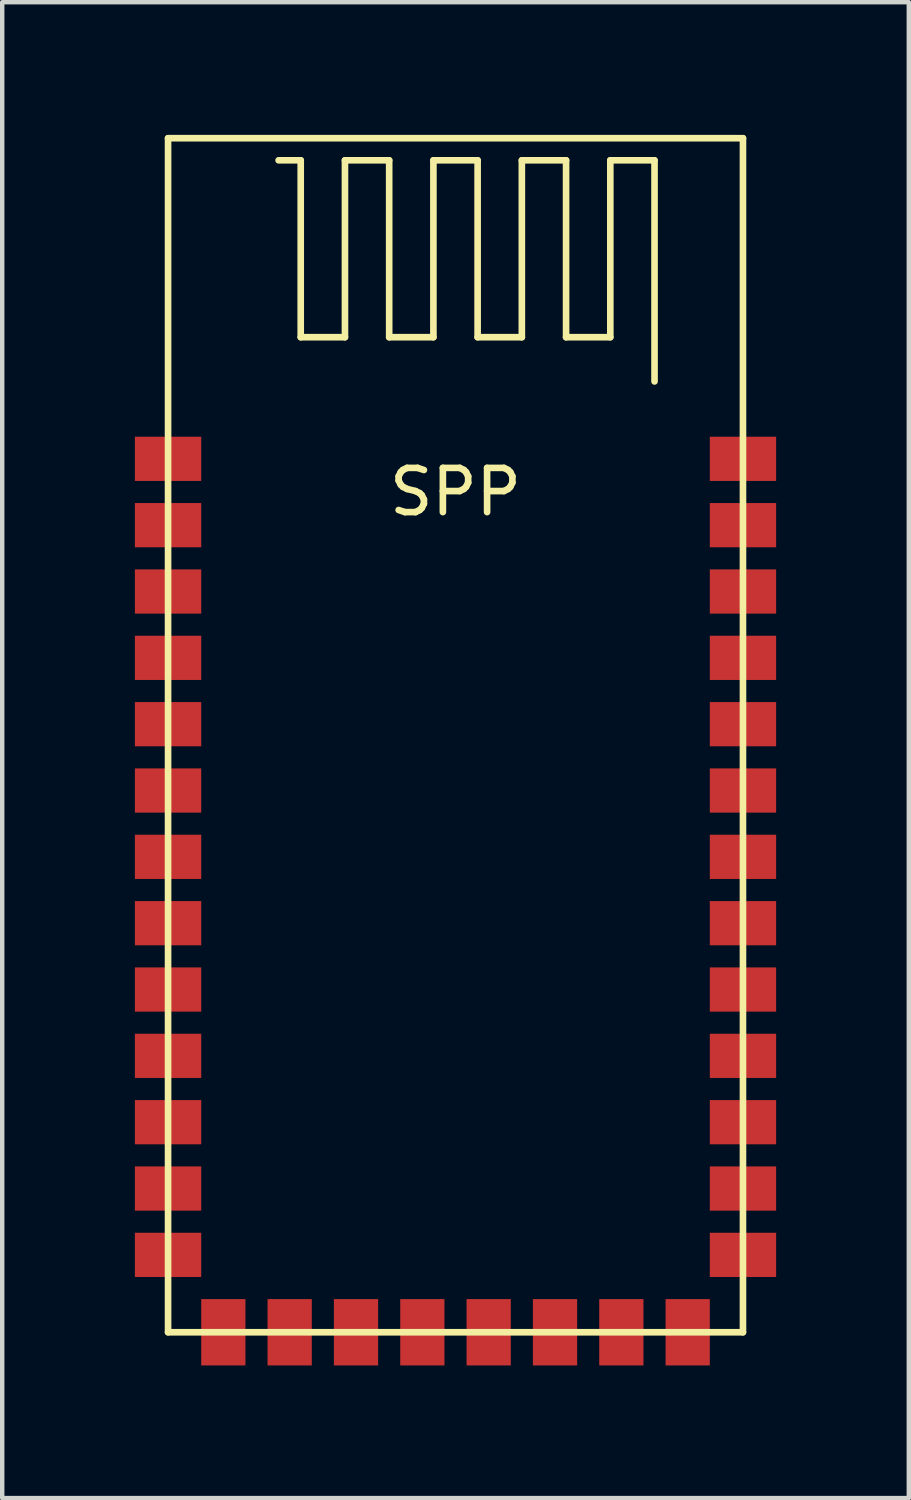
<source format=kicad_pcb>
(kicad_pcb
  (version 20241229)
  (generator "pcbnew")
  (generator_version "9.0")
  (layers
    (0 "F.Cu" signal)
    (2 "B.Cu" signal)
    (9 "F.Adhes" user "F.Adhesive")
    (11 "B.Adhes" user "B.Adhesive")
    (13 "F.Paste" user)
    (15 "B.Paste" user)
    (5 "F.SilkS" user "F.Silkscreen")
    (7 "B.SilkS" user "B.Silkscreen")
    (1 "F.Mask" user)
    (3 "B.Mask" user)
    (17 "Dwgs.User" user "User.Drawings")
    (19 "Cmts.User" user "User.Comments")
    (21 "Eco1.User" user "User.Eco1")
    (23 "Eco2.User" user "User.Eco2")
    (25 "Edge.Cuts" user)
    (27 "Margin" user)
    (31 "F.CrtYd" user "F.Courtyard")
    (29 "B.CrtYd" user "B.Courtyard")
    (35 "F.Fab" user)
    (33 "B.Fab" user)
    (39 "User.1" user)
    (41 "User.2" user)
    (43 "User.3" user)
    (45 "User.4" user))
  (footprint "SPP"
    (layer "F.Cu")
    (at 7.25 27.075)
    (property "Reference" "SPP" (at 0 -19 0) (layer "F.SilkS") (effects (font (size 1 1) (thickness 0.15))))
    (attr through_hole)
    (fp_line (start -6.5 -27) (end 6.5 -27) (stroke (width 0.15) (type solid)) (layer "F.SilkS"))
    (fp_line (start -6.5 0) (end -6.5 -27) (stroke (width 0.15) (type solid)) (layer "F.SilkS"))
    (fp_line (start -6.5 0) (end 6.5 0) (stroke (width 0.15) (type solid)) (layer "F.SilkS"))
    (fp_line (start -3.5 -26.5) (end -4 -26.5) (stroke (width 0.15) (type solid)) (layer "F.SilkS"))
    (fp_line (start -3.5 -22.5) (end -3.5 -26.5) (stroke (width 0.15) (type solid)) (layer "F.SilkS"))
    (fp_line (start -2.5 -26.5) (end -2.5 -22.5) (stroke (width 0.15) (type solid)) (layer "F.SilkS"))
    (fp_line (start -2.5 -22.5) (end -3.5 -22.5) (stroke (width 0.15) (type solid)) (layer "F.SilkS"))
    (fp_line (start -1.5 -26.5) (end -2.5 -26.5) (stroke (width 0.15) (type solid)) (layer "F.SilkS"))
    (fp_line (start -1.5 -22.5) (end -1.5 -26.5) (stroke (width 0.15) (type solid)) (layer "F.SilkS"))
    (fp_line (start -0.5 -26.5) (end -0.5 -22.5) (stroke (width 0.15) (type solid)) (layer "F.SilkS"))
    (fp_line (start -0.5 -22.5) (end -1.5 -22.5) (stroke (width 0.15) (type solid)) (layer "F.SilkS"))
    (fp_line (start 0.5 -26.5) (end -0.5 -26.5) (stroke (width 0.15) (type solid)) (layer "F.SilkS"))
    (fp_line (start 0.5 -22.5) (end 0.5 -26.5) (stroke (width 0.15) (type solid)) (layer "F.SilkS"))
    (fp_line (start 1.5 -26.5) (end 1.5 -22.5) (stroke (width 0.15) (type solid)) (layer "F.SilkS"))
    (fp_line (start 1.5 -22.5) (end 0.5 -22.5) (stroke (width 0.15) (type solid)) (layer "F.SilkS"))
    (fp_line (start 2.5 -26.5) (end 1.5 -26.5) (stroke (width 0.15) (type solid)) (layer "F.SilkS"))
    (fp_line (start 2.5 -22.5) (end 2.5 -26.5) (stroke (width 0.15) (type solid)) (layer "F.SilkS"))
    (fp_line (start 3.5 -26.5) (end 3.5 -22.5) (stroke (width 0.15) (type solid)) (layer "F.SilkS"))
    (fp_line (start 3.5 -22.5) (end 2.5 -22.5) (stroke (width 0.15) (type solid)) (layer "F.SilkS"))
    (fp_line (start 4.5 -26.5) (end 3.5 -26.5) (stroke (width 0.15) (type solid)) (layer "F.SilkS"))
    (fp_line (start 4.5 -21.5) (end 4.5 -26.5) (stroke (width 0.15) (type solid)) (layer "F.SilkS"))
    (fp_line (start 6.5 0) (end 6.5 -27) (stroke (width 0.15) (type solid)) (layer "F.SilkS"))
    (pad "1" smd rect (at -6.5 -19.75) (size 1.5 1) (layers "F.Cu" "F.Mask" "F.Paste"))
    (pad "2" smd rect (at -6.5 -18.25) (size 1.5 1) (layers "F.Cu" "F.Mask" "F.Paste"))
    (pad "3" smd rect (at -6.5 -16.75) (size 1.5 1) (layers "F.Cu" "F.Mask" "F.Paste"))
    (pad "4" smd rect (at -6.5 -15.25) (size 1.5 1) (layers "F.Cu" "F.Mask" "F.Paste"))
    (pad "5" smd rect (at -6.5 -13.75) (size 1.5 1) (layers "F.Cu" "F.Mask" "F.Paste"))
    (pad "6" smd rect (at -6.5 -12.25) (size 1.5 1) (layers "F.Cu" "F.Mask" "F.Paste"))
    (pad "7" smd rect (at -6.5 -10.75) (size 1.5 1) (layers "F.Cu" "F.Mask" "F.Paste"))
    (pad "8" smd rect (at -6.5 -9.25) (size 1.5 1) (layers "F.Cu" "F.Mask" "F.Paste"))
    (pad "9" smd rect (at -6.5 -7.75) (size 1.5 1) (layers "F.Cu" "F.Mask" "F.Paste"))
    (pad "10" smd rect (at -6.5 -6.25) (size 1.5 1) (layers "F.Cu" "F.Mask" "F.Paste"))
    (pad "11" smd rect (at -6.5 -4.75) (size 1.5 1) (layers "F.Cu" "F.Mask" "F.Paste"))
    (pad "12" smd rect (at -6.5 -3.25) (size 1.5 1) (layers "F.Cu" "F.Mask" "F.Paste"))
    (pad "13" smd rect (at -6.5 -1.75) (size 1.5 1) (layers "F.Cu" "F.Mask" "F.Paste"))
    (pad "14" smd rect (at -5.25 0) (size 1 1.5) (layers "F.Cu" "F.Mask" "F.Paste"))
    (pad "15" smd rect (at -3.75 0) (size 1 1.5) (layers "F.Cu" "F.Mask" "F.Paste"))
    (pad "16" smd rect (at -2.25 0) (size 1 1.5) (layers "F.Cu" "F.Mask" "F.Paste"))
    (pad "17" smd rect (at -0.75 0) (size 1 1.5) (layers "F.Cu" "F.Mask" "F.Paste"))
    (pad "18" smd rect (at 0.75 0) (size 1 1.5) (layers "F.Cu" "F.Mask" "F.Paste"))
    (pad "19" smd rect (at 2.25 0) (size 1 1.5) (layers "F.Cu" "F.Mask" "F.Paste"))
    (pad "20" smd rect (at 3.75 0) (size 1 1.5) (layers "F.Cu" "F.Mask" "F.Paste"))
    (pad "21" smd rect (at 5.25 0) (size 1 1.5) (layers "F.Cu" "F.Mask" "F.Paste"))
    (pad "22" smd rect (at 6.5 -1.75) (size 1.5 1) (layers "F.Cu" "F.Mask" "F.Paste"))
    (pad "23" smd rect (at 6.5 -3.25) (size 1.5 1) (layers "F.Cu" "F.Mask" "F.Paste"))
    (pad "24" smd rect (at 6.5 -4.75) (size 1.5 1) (layers "F.Cu" "F.Mask" "F.Paste"))
    (pad "25" smd rect (at 6.5 -6.25) (size 1.5 1) (layers "F.Cu" "F.Mask" "F.Paste"))
    (pad "26" smd rect (at 6.5 -7.75) (size 1.5 1) (layers "F.Cu" "F.Mask" "F.Paste"))
    (pad "27" smd rect (at 6.5 -9.25) (size 1.5 1) (layers "F.Cu" "F.Mask" "F.Paste"))
    (pad "28" smd rect (at 6.5 -10.75) (size 1.5 1) (layers "F.Cu" "F.Mask" "F.Paste"))
    (pad "29" smd rect (at 6.5 -12.25) (size 1.5 1) (layers "F.Cu" "F.Mask" "F.Paste"))
    (pad "30" smd rect (at 6.5 -13.75) (size 1.5 1) (layers "F.Cu" "F.Mask" "F.Paste"))
    (pad "31" smd rect (at 6.5 -15.25) (size 1.5 1) (layers "F.Cu" "F.Mask" "F.Paste"))
    (pad "32" smd rect (at 6.5 -16.75) (size 1.5 1) (layers "F.Cu" "F.Mask" "F.Paste"))
    (pad "33" smd rect (at 6.5 -18.25) (size 1.5 1) (layers "F.Cu" "F.Mask" "F.Paste"))
    (pad "34" smd rect (at 6.5 -19.75) (size 1.5 1) (layers "F.Cu" "F.Mask" "F.Paste")))
  (gr_rect
    (start -3 -3)
    (end 17.5 30.825)
    (stroke (width 0.1) (type default))
    (fill no)
    (layer "Edge.Cuts")))
</source>
